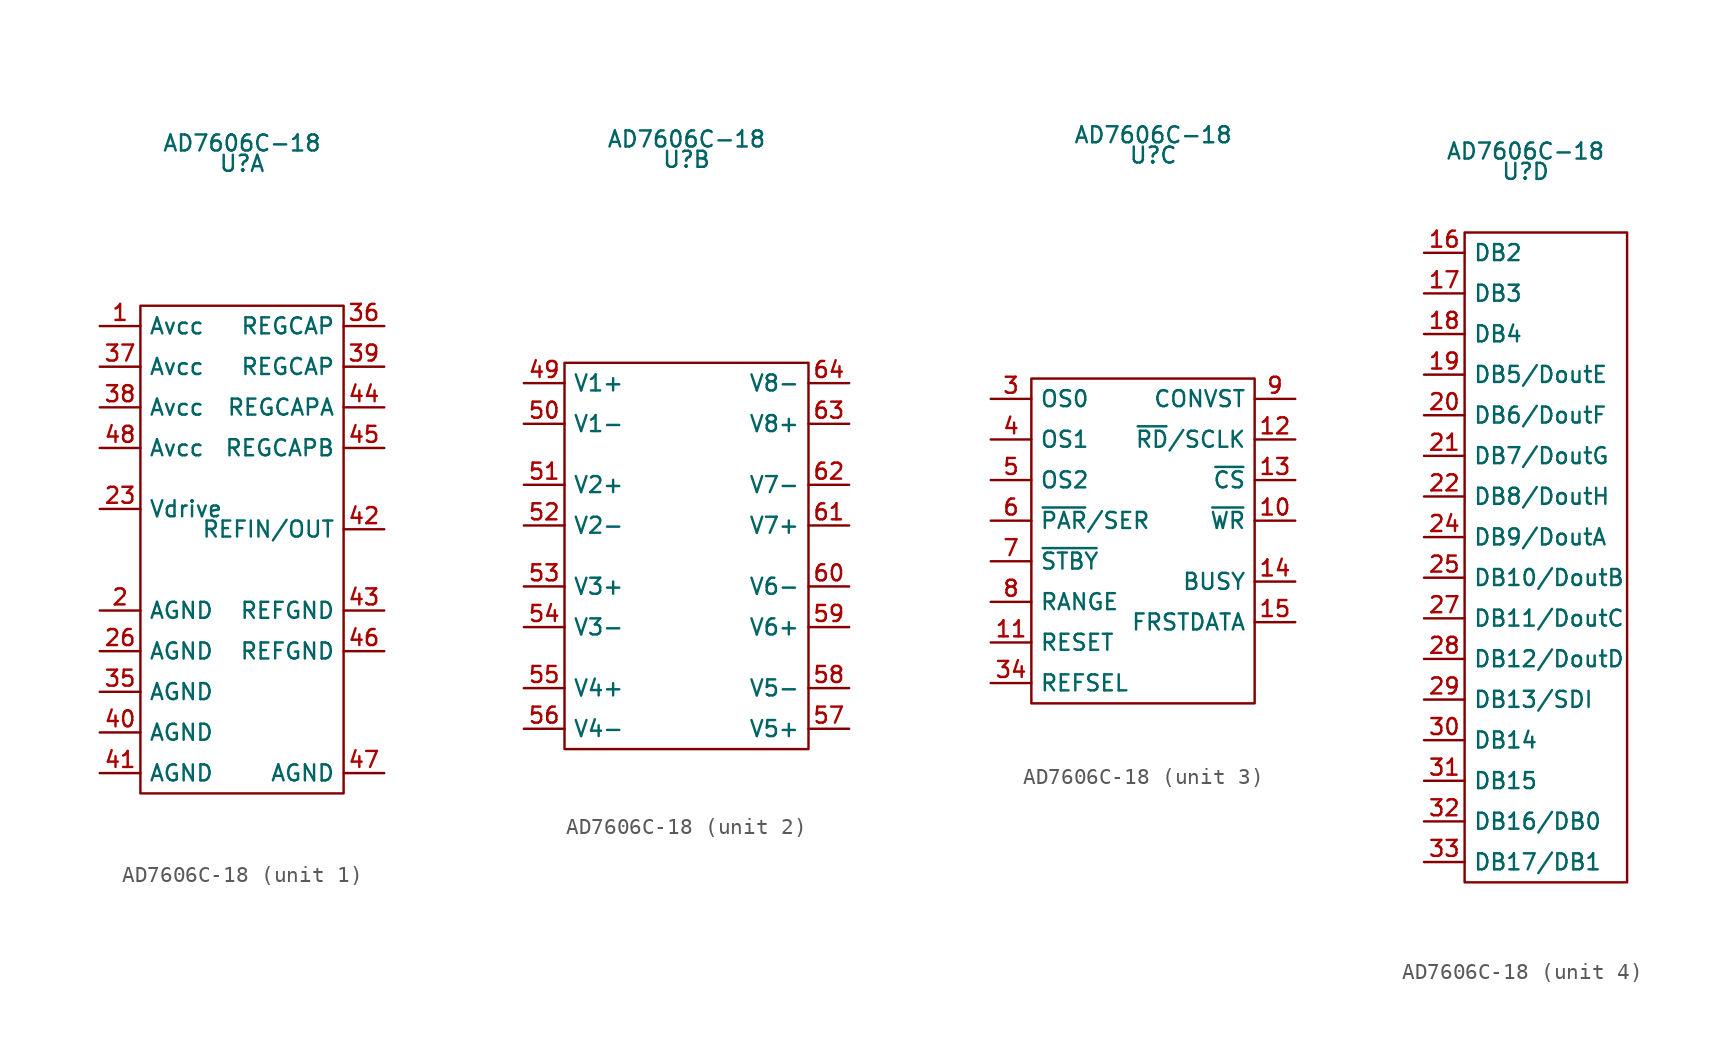
<source format=kicad_sym>
(kicad_symbol_lib
  (version 20220914)
  (generator kicad_symbol_editor)
  (symbol "AD7606C-18"
    (property "Reference" "U"
      (at 0 24.13 0)
      (effects (font (size 1 1))))
    (property "Value" "AD7606C-18"
      (at 0 25.4 0)
      (effects (font (size 1 1))))
    (property "ki_locked" ""
      (at 0 0 0)
      (effects (font (size 1.27 1.27))))
    (symbol "AD7606C-18_1_1"
      (rectangle (start -6.35 15.24) (end 6.35 -15.24) (stroke (width 0) (type default)) (fill (type none)))
      (pin power_in line (at -8.89 13.97 0) (length 2.54) (name "Avcc" (effects (font (size 1 1)))) (number "1" (effects (font (size 1 1)))))
      (pin power_in line (at -8.89 -3.81 0) (length 2.54) (name "AGND" (effects (font (size 1 1)))) (number "2" (effects (font (size 1 1)))))
      (pin power_in line (at -8.89 2.54 0) (length 2.54) (name "Vdrive" (effects (font (size 1 1)))) (number "23" (effects (font (size 1 1)))))
      (pin power_in line (at -8.89 -6.35 0) (length 2.54) (name "AGND" (effects (font (size 1 1)))) (number "26" (effects (font (size 1 1)))))
      (pin power_in line (at -8.89 -8.89 0) (length 2.54) (name "AGND" (effects (font (size 1 1)))) (number "35" (effects (font (size 1 1)))))
      (pin power_out line (at 8.89 13.97 180) (length 2.54) (name "REGCAP" (effects (font (size 1 1)))) (number "36" (effects (font (size 1 1)))))
      (pin power_in line (at -8.89 11.43 0) (length 2.54) (name "Avcc" (effects (font (size 1 1)))) (number "37" (effects (font (size 1 1)))))
      (pin power_in line (at -8.89 8.89 0) (length 2.54) (name "Avcc" (effects (font (size 1 1)))) (number "38" (effects (font (size 1 1)))))
      (pin power_out line (at 8.89 11.43 180) (length 2.54) (name "REGCAP" (effects (font (size 1 1)))) (number "39" (effects (font (size 1 1)))))
      (pin power_in line (at -8.89 -11.43 0) (length 2.54) (name "AGND" (effects (font (size 1 1)))) (number "40" (effects (font (size 1 1)))))
      (pin power_in line (at -8.89 -13.97 0) (length 2.54) (name "AGND" (effects (font (size 1 1)))) (number "41" (effects (font (size 1 1)))))
      (pin bidirectional line (at 8.89 1.27 180) (length 2.54) (name "REFIN/OUT" (effects (font (size 1 1)))) (number "42" (effects (font (size 1 1)))))
      (pin power_in line (at 8.89 -3.81 180) (length 2.54) (name "REFGND" (effects (font (size 1 1)))) (number "43" (effects (font (size 1 1)))))
      (pin power_out line (at 8.89 8.89 180) (length 2.54) (name "REGCAPA" (effects (font (size 1 1)))) (number "44" (effects (font (size 1 1)))))
      (pin power_out line (at 8.89 6.35 180) (length 2.54) (name "REGCAPB" (effects (font (size 1 1)))) (number "45" (effects (font (size 1 1)))))
      (pin power_in line (at 8.89 -6.35 180) (length 2.54) (name "REFGND" (effects (font (size 1 1)))) (number "46" (effects (font (size 1 1)))))
      (pin power_in line (at 8.89 -13.97 180) (length 2.54) (name "AGND" (effects (font (size 1 1)))) (number "47" (effects (font (size 1 1)))))
      (pin power_in line (at -8.89 6.35 0) (length 2.54) (name "Avcc" (effects (font (size 1 1)))) (number "48" (effects (font (size 1 1))))))
    (symbol "AD7606C-18_2_1"
      (rectangle (start -7.62 11.43) (end 7.62 -12.7) (stroke (width 0) (type default)) (fill (type none)))
      (pin input line (at -10.16 10.16 0) (length 2.54) (name "V1+" (effects (font (size 1 1)))) (number "49" (effects (font (size 1 1)))))
      (pin input line (at -10.16 7.62 0) (length 2.54) (name "V1-" (effects (font (size 1 1)))) (number "50" (effects (font (size 1 1)))))
      (pin input line (at -10.16 3.81 0) (length 2.54) (name "V2+" (effects (font (size 1 1)))) (number "51" (effects (font (size 1 1)))))
      (pin input line (at -10.16 1.27 0) (length 2.54) (name "V2-" (effects (font (size 1 1)))) (number "52" (effects (font (size 1 1)))))
      (pin input line (at -10.16 -2.54 0) (length 2.54) (name "V3+" (effects (font (size 1 1)))) (number "53" (effects (font (size 1 1)))))
      (pin input line (at -10.16 -5.08 0) (length 2.54) (name "V3-" (effects (font (size 1 1)))) (number "54" (effects (font (size 1 1)))))
      (pin input line (at -10.16 -8.89 0) (length 2.54) (name "V4+" (effects (font (size 1 1)))) (number "55" (effects (font (size 1 1)))))
      (pin input line (at -10.16 -11.43 0) (length 2.54) (name "V4-" (effects (font (size 1 1)))) (number "56" (effects (font (size 1 1)))))
      (pin input line (at 10.16 -11.43 180) (length 2.54) (name "V5+" (effects (font (size 1 1)))) (number "57" (effects (font (size 1 1)))))
      (pin input line (at 10.16 -8.89 180) (length 2.54) (name "V5-" (effects (font (size 1 1)))) (number "58" (effects (font (size 1 1)))))
      (pin input line (at 10.16 -5.08 180) (length 2.54) (name "V6+" (effects (font (size 1 1)))) (number "59" (effects (font (size 1 1)))))
      (pin input line (at 10.16 -2.54 180) (length 2.54) (name "V6-" (effects (font (size 1 1)))) (number "60" (effects (font (size 1 1)))))
      (pin input line (at 10.16 1.27 180) (length 2.54) (name "V7+" (effects (font (size 1 1)))) (number "61" (effects (font (size 1 1)))))
      (pin input line (at 10.16 3.81 180) (length 2.54) (name "V7-" (effects (font (size 1 1)))) (number "62" (effects (font (size 1 1)))))
      (pin input line (at 10.16 7.62 180) (length 2.54) (name "V8+" (effects (font (size 1 1)))) (number "63" (effects (font (size 1 1)))))
      (pin input line (at 10.16 10.16 180) (length 2.54) (name "V8-" (effects (font (size 1 1)))) (number "64" (effects (font (size 1 1))))))
    (symbol "AD7606C-18_3_1"
      (rectangle (start -7.62 10.16) (end 6.35 -10.16) (stroke (width 0) (type default)) (fill (type none)))
      (pin input line (at 8.89 1.27 180) (length 2.54) (name "~{WR}" (effects (font (size 1 1)))) (number "10" (effects (font (size 1 1)))))
      (pin input line (at -10.16 -6.35 0) (length 2.54) (name "RESET" (effects (font (size 1 1)))) (number "11" (effects (font (size 1 1)))))
      (pin input line (at 8.89 6.35 180) (length 2.54) (name "~{RD}/SCLK" (effects (font (size 1 1)))) (number "12" (effects (font (size 1 1)))))
      (pin input line (at 8.89 3.81 180) (length 2.54) (name "~{CS}" (effects (font (size 1 1)))) (number "13" (effects (font (size 1 1)))))
      (pin output line (at 8.89 -2.54 180) (length 2.54) (name "BUSY" (effects (font (size 1 1)))) (number "14" (effects (font (size 1 1)))))
      (pin output line (at 8.89 -5.08 180) (length 2.54) (name "FRSTDATA" (effects (font (size 1 1)))) (number "15" (effects (font (size 1 1)))))
      (pin input line (at -10.16 8.89 0) (length 2.54) (name "OS0" (effects (font (size 1 1)))) (number "3" (effects (font (size 1 1)))))
      (pin input line (at -10.16 -8.89 0) (length 2.54) (name "REFSEL" (effects (font (size 1 1)))) (number "34" (effects (font (size 1 1)))))
      (pin input line (at -10.16 6.35 0) (length 2.54) (name "OS1" (effects (font (size 1 1)))) (number "4" (effects (font (size 1 1)))))
      (pin input line (at -10.16 3.81 0) (length 2.54) (name "OS2" (effects (font (size 1 1)))) (number "5" (effects (font (size 1 1)))))
      (pin input line (at -10.16 1.27 0) (length 2.54) (name "~{PAR}/SER" (effects (font (size 1 1)))) (number "6" (effects (font (size 1 1)))))
      (pin input line (at -10.16 -1.27 0) (length 2.54) (name "~{STBY}" (effects (font (size 1 1)))) (number "7" (effects (font (size 1 1)))))
      (pin input line (at -10.16 -3.81 0) (length 2.54) (name "RANGE" (effects (font (size 1 1)))) (number "8" (effects (font (size 1 1)))))
      (pin input line (at 8.89 8.89 180) (length 2.54) (name "CONVST" (effects (font (size 1 1)))) (number "9" (effects (font (size 1 1))))))
    (symbol "AD7606C-18_4_1"
      (rectangle (start -3.81 20.32) (end 6.35 -20.32) (stroke (width 0) (type default)) (fill (type none)))
      (pin output line (at -6.35 19.05 0) (length 2.54) (name "DB2" (effects (font (size 1 1)))) (number "16" (effects (font (size 1 1)))))
      (pin output line (at -6.35 16.51 0) (length 2.54) (name "DB3" (effects (font (size 1 1)))) (number "17" (effects (font (size 1 1)))))
      (pin output line (at -6.35 13.97 0) (length 2.54) (name "DB4" (effects (font (size 1 1)))) (number "18" (effects (font (size 1 1)))))
      (pin output line (at -6.35 11.43 0) (length 2.54) (name "DB5/DoutE" (effects (font (size 1 1)))) (number "19" (effects (font (size 1 1)))))
      (pin output line (at -6.35 8.89 0) (length 2.54) (name "DB6/DoutF" (effects (font (size 1 1)))) (number "20" (effects (font (size 1 1)))))
      (pin output line (at -6.35 6.35 0) (length 2.54) (name "DB7/DoutG" (effects (font (size 1 1)))) (number "21" (effects (font (size 1 1)))))
      (pin output line (at -6.35 3.81 0) (length 2.54) (name "DB8/DoutH" (effects (font (size 1 1)))) (number "22" (effects (font (size 1 1)))))
      (pin output line (at -6.35 1.27 0) (length 2.54) (name "DB9/DoutA" (effects (font (size 1 1)))) (number "24" (effects (font (size 1 1)))))
      (pin output line (at -6.35 -1.27 0) (length 2.54) (name "DB10/DoutB" (effects (font (size 1 1)))) (number "25" (effects (font (size 1 1)))))
      (pin output line (at -6.35 -3.81 0) (length 2.54) (name "DB11/DoutC" (effects (font (size 1 1)))) (number "27" (effects (font (size 1 1)))))
      (pin output line (at -6.35 -6.35 0) (length 2.54) (name "DB12/DoutD" (effects (font (size 1 1)))) (number "28" (effects (font (size 1 1)))))
      (pin output line (at -6.35 -8.89 0) (length 2.54) (name "DB13/SDI" (effects (font (size 1 1)))) (number "29" (effects (font (size 1 1)))))
      (pin output line (at -6.35 -11.43 0) (length 2.54) (name "DB14" (effects (font (size 1 1)))) (number "30" (effects (font (size 1 1)))))
      (pin output line (at -6.35 -13.97 0) (length 2.54) (name "DB15" (effects (font (size 1 1)))) (number "31" (effects (font (size 1 1)))))
      (pin output line (at -6.35 -16.51 0) (length 2.54) (name "DB16/DB0" (effects (font (size 1 1)))) (number "32" (effects (font (size 1 1)))))
      (pin output line (at -6.35 -19.05 0) (length 2.54) (name "DB17/DB1" (effects (font (size 1 1)))) (number "33" (effects (font (size 1 1))))))))
</source>
